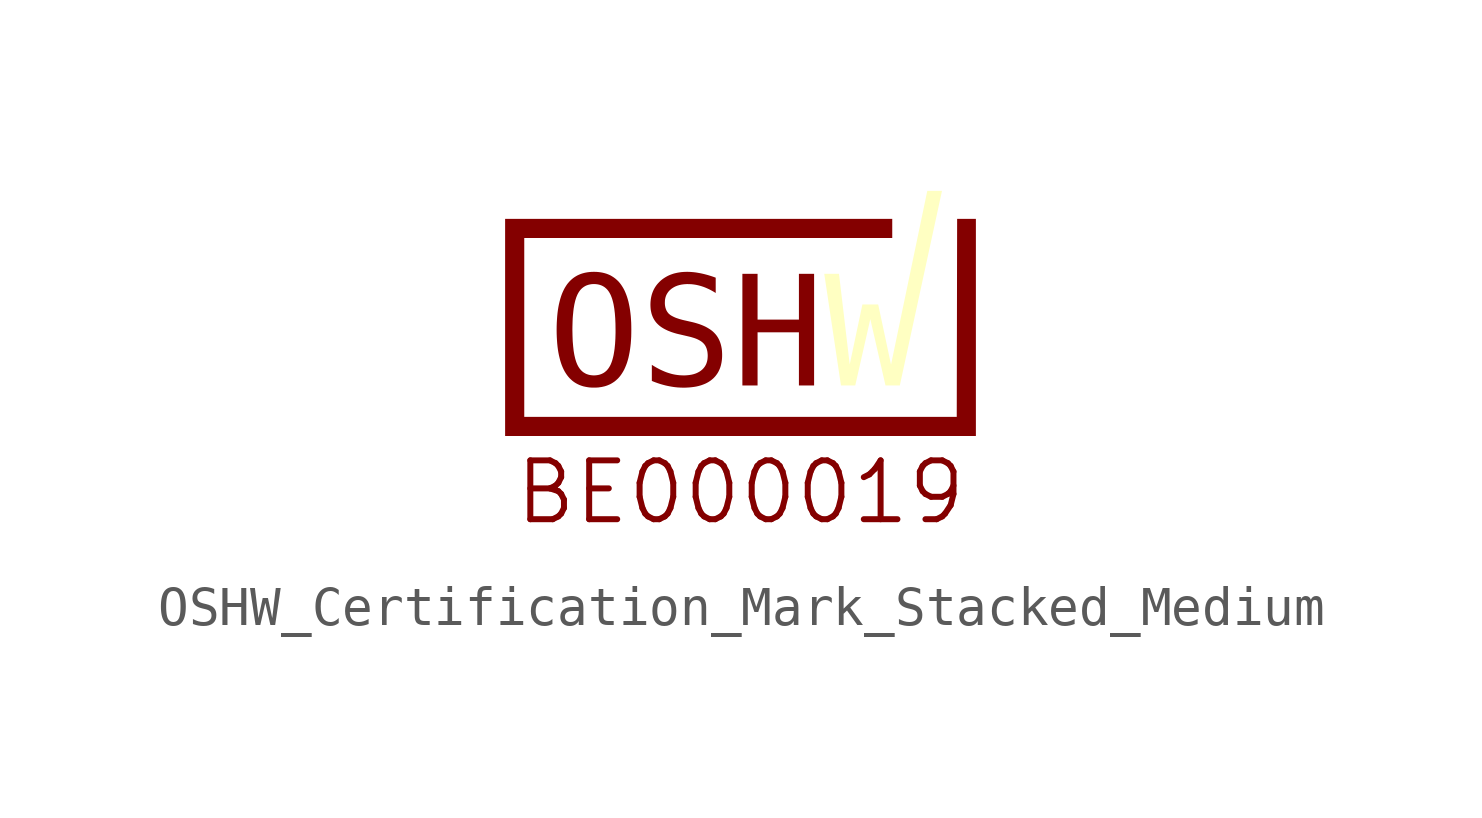
<source format=kicad_sym>
(kicad_symbol_lib
  (version 20231120)
  (generator "kicad_symbol_editor")
  (generator_version "8.0")
  (symbol "OSHW_Certification_Mark_Stacked_Medium"
    (property "Reference" "LOGO"
      (at 0 0 0)
      (effects (font (size 1.27 1.27)) (hide yes)))
    (symbol "OSHW_Certification_Mark_Stacked_Medium_0_1"
      (polyline (pts (xy -2.783 -0.429) (xy -2.783 -0.429) (xy -2.783 -0.429)) (stroke (width -0.0001) (type default)) (fill (type outline)))
      (polyline (pts (xy 6 -3.137) (xy -6 -3.137) (xy -6 2.398) (xy -6 2.398) (xy 3.868 2.398) (xy 3.868 1.91) (xy -5.512 1.91) (xy -5.512 -2.649) (xy 5.512 -2.649) (xy 5.522 2.398) (xy 6 2.398)) (stroke (width -0.0001) (type default)) (fill (type outline)))
      (polyline (pts (xy 0.435 -0.17) (xy 1.489 -0.17) (xy 1.489 0.997) (xy 1.876 0.997) (xy 1.876 -1.849) (xy 1.489 -1.849) (xy 1.489 -0.494) (xy 0.435 -0.494) (xy 0.435 -1.849) (xy 0.048 -1.849) (xy 0.048 0.997) (xy 0.435 0.997)) (stroke (width -0.0001) (type default)) (fill (type outline)))
      (polyline (pts (xy -3.676 1.047) (xy -3.619 1.042) (xy -3.563 1.035) (xy -3.51 1.025) (xy -3.458 1.012) (xy -3.409 0.997) (xy -3.361 0.978) (xy -3.315 0.957) (xy -3.272 0.932) (xy -3.23 0.905) (xy -3.19 0.875) (xy -3.152 0.842) (xy -3.115 0.807) (xy -3.081 0.768) (xy -3.049 0.727) (xy -3.019 0.682) (xy -2.99 0.635) (xy -2.963 0.585) (xy -2.939 0.532) (xy -2.916 0.476) (xy -2.894 0.416) (xy -2.875 0.354) (xy -2.857 0.289) (xy -2.842 0.222) (xy -2.828 0.151) (xy -2.816 0.077) (xy -2.806 -0.0002) (xy -2.797 -0.08) (xy -2.791 -0.163) (xy -2.786 -0.249) (xy -2.784 -0.337) (xy -2.783 -0.429) (xy -2.784 -0.52) (xy -2.786 -0.609) (xy -2.791 -0.694) (xy -2.797 -0.777) (xy -2.806 -0.857) (xy -2.816 -0.933) (xy -2.828 -1.007) (xy -2.842 -1.078) (xy -2.857 -1.146) (xy -2.875 -1.211) (xy -2.894 -1.273) (xy -2.916 -1.332) (xy -2.939 -1.388) (xy -2.963 -1.441) (xy -2.99 -1.491) (xy -3.019 -1.538) (xy -3.034 -1.561) (xy -3.049 -1.583) (xy -3.065 -1.604) (xy -3.081 -1.624) (xy -3.098 -1.644) (xy -3.115 -1.663) (xy -3.133 -1.681) (xy -3.152 -1.698) (xy -3.17 -1.715) (xy -3.19 -1.731) (xy -3.209 -1.747) (xy -3.23 -1.761) (xy -3.25 -1.775) (xy -3.272 -1.788) (xy -3.293 -1.801) (xy -3.315 -1.813) (xy -3.338 -1.824) (xy -3.361 -1.834) (xy -3.385 -1.844) (xy -3.409 -1.853) (xy -3.433 -1.861) (xy -3.458 -1.869) (xy -3.484 -1.875) (xy -3.51 -1.881) (xy -3.536 -1.887) (xy -3.563 -1.891) (xy -3.619 -1.899) (xy -3.676 -1.903) (xy -3.736 -1.904) (xy -3.795 -1.903) (xy -3.852 -1.899) (xy -3.908 -1.891) (xy -3.961 -1.881) (xy -4.013 -1.869) (xy -4.062 -1.853) (xy -4.11 -1.835) (xy -4.156 -1.813) (xy -4.2 -1.789) (xy -4.242 -1.762) (xy -4.282 -1.732) (xy -4.319 -1.699) (xy -4.356 -1.664) (xy -4.39 -1.625) (xy -4.422 -1.584) (xy -4.452 -1.54) (xy -4.481 -1.493) (xy -4.507 -1.443) (xy -4.532 -1.39) (xy -4.555 -1.334) (xy -4.576 -1.275) (xy -4.595 -1.213) (xy -4.612 -1.148) (xy -4.628 -1.08) (xy -4.642 -1.009) (xy -4.654 -0.935) (xy -4.664 -0.859) (xy -4.672 -0.779) (xy -4.678 -0.696) (xy -4.683 -0.61) (xy -4.686 -0.521) (xy -4.687 -0.429) (xy -4.285 -0.429) (xy -4.282 -0.58) (xy -4.277 -0.719) (xy -4.266 -0.848) (xy -4.253 -0.965) (xy -4.244 -1.02) (xy -4.235 -1.071) (xy -4.224 -1.12) (xy -4.213 -1.166) (xy -4.2 -1.21) (xy -4.187 -1.25) (xy -4.172 -1.288) (xy -4.157 -1.323) (xy -4.14 -1.355) (xy -4.131 -1.371) (xy -4.122 -1.386) (xy -4.112 -1.4) (xy -4.103 -1.414) (xy -4.092 -1.428) (xy -4.082 -1.44) (xy -4.071 -1.453) (xy -4.06 -1.465) (xy -4.048 -1.476) (xy -4.037 -1.487) (xy -4.025 -1.497) (xy -4.012 -1.507) (xy -4 -1.516) (xy -3.987 -1.524) (xy -3.973 -1.532) (xy -3.96 -1.54) (xy -3.946 -1.547) (xy -3.932 -1.554) (xy -3.917 -1.56) (xy -3.902 -1.565) (xy -3.887 -1.57) (xy -3.871 -1.575) (xy -3.855 -1.579) (xy -3.839 -1.582) (xy -3.823 -1.585) (xy -3.806 -1.587) (xy -3.789 -1.589) (xy -3.771 -1.591) (xy -3.736 -1.592) (xy -3.7 -1.591) (xy -3.665 -1.587) (xy -3.631 -1.582) (xy -3.599 -1.575) (xy -3.568 -1.565) (xy -3.539 -1.554) (xy -3.51 -1.54) (xy -3.483 -1.525) (xy -3.458 -1.507) (xy -3.433 -1.487) (xy -3.41 -1.466) (xy -3.389 -1.442) (xy -3.368 -1.415) (xy -3.349 -1.387) (xy -3.331 -1.357) (xy -3.314 -1.325) (xy -3.299 -1.29) (xy -3.284 -1.252) (xy -3.27 -1.211) (xy -3.258 -1.168) (xy -3.246 -1.122) (xy -3.235 -1.073) (xy -3.226 -1.021) (xy -3.217 -0.966) (xy -3.209 -0.909) (xy -3.203 -0.849) (xy -3.197 -0.786) (xy -3.193 -0.72) (xy -3.189 -0.651) (xy -3.187 -0.58) (xy -3.185 -0.506) (xy -3.185 -0.429) (xy -3.187 -0.278) (xy -3.193 -0.138) (xy -3.203 -0.009) (xy -3.217 0.109) (xy -3.226 0.163) (xy -3.235 0.215) (xy -3.246 0.264) (xy -3.258 0.31) (xy -3.27 0.353) (xy -3.284 0.394) (xy -3.299 0.432) (xy -3.314 0.467) (xy -3.331 0.499) (xy -3.34 0.515) (xy -3.349 0.53) (xy -3.358 0.544) (xy -3.368 0.558) (xy -3.378 0.572) (xy -3.389 0.585) (xy -3.399 0.597) (xy -3.41 0.609) (xy -3.422 0.62) (xy -3.433 0.631) (xy -3.446 0.641) (xy -3.458 0.651) (xy -3.47 0.66) (xy -3.483 0.668) (xy -3.497 0.677) (xy -3.51 0.684) (xy -3.524 0.691) (xy -3.539 0.698) (xy -3.553 0.704) (xy -3.568 0.709) (xy -3.584 0.714) (xy -3.599 0.719) (xy -3.615 0.723) (xy -3.631 0.726) (xy -3.648 0.729) (xy -3.665 0.732) (xy -3.682 0.733) (xy -3.7 0.735) (xy -3.736 0.736) (xy -3.771 0.735) (xy -3.806 0.732) (xy -3.839 0.726) (xy -3.871 0.719) (xy -3.902 0.709) (xy -3.932 0.698) (xy -3.96 0.684) (xy -3.987 0.668) (xy -4.012 0.651) (xy -4.037 0.631) (xy -4.06 0.609) (xy -4.082 0.585) (xy -4.103 0.558) (xy -4.122 0.53) (xy -4.14 0.499) (xy -4.157 0.467) (xy -4.172 0.432) (xy -4.187 0.394) (xy -4.2 0.353) (xy -4.213 0.31) (xy -4.224 0.264) (xy -4.235 0.215) (xy -4.244 0.163) (xy -4.253 0.109) (xy -4.26 0.051) (xy -4.266 -0.009) (xy -4.272 -0.072) (xy -4.277 -0.138) (xy -4.28 -0.206) (xy -4.282 -0.278) (xy -4.284 -0.352) (xy -4.285 -0.429) (xy -4.687 -0.429) (xy -4.686 -0.337) (xy -4.683 -0.249) (xy -4.678 -0.163) (xy -4.672 -0.08) (xy -4.664 -0.0002) (xy -4.654 0.077) (xy -4.642 0.151) (xy -4.628 0.222) (xy -4.612 0.289) (xy -4.595 0.354) (xy -4.576 0.416) (xy -4.555 0.476) (xy -4.532 0.532) (xy -4.507 0.585) (xy -4.481 0.635) (xy -4.452 0.682) (xy -4.437 0.705) (xy -4.422 0.727) (xy -4.406 0.748) (xy -4.389 0.768) (xy -4.372 0.788) (xy -4.355 0.807) (xy -4.337 0.825) (xy -4.319 0.842) (xy -4.3 0.859) (xy -4.281 0.875) (xy -4.261 0.891) (xy -4.241 0.905) (xy -4.22 0.919) (xy -4.199 0.932) (xy -4.177 0.945) (xy -4.155 0.957) (xy -4.132 0.968) (xy -4.109 0.978) (xy -4.086 0.988) (xy -4.061 0.997) (xy -4.037 1.005) (xy -4.012 1.012) (xy -3.986 1.019) (xy -3.961 1.025) (xy -3.907 1.035) (xy -3.852 1.042) (xy -3.795 1.047) (xy -3.736 1.048)) (stroke (width -0.0001) (type default)) (fill (type outline)))
      (polyline (pts (xy -1.317 1.047) (xy -1.275 1.045) (xy -1.233 1.042) (xy -1.19 1.038) (xy -1.147 1.033) (xy -1.103 1.026) (xy -1.058 1.018) (xy -1.013 1.01) (xy -0.968 1) (xy -0.921 0.989) (xy -0.875 0.977) (xy -0.827 0.964) (xy -0.779 0.949) (xy -0.731 0.934) (xy -0.682 0.917) (xy -0.632 0.899) (xy -0.632 0.508) (xy -0.676 0.536) (xy -0.72 0.561) (xy -0.764 0.585) (xy -0.808 0.607) (xy -0.852 0.627) (xy -0.896 0.646) (xy -0.94 0.663) (xy -0.985 0.678) (xy -1.028 0.691) (xy -1.073 0.703) (xy -1.117 0.713) (xy -1.161 0.721) (xy -1.205 0.727) (xy -1.25 0.732) (xy -1.294 0.734) (xy -1.339 0.735) (xy -1.373 0.735) (xy -1.405 0.733) (xy -1.437 0.731) (xy -1.468 0.727) (xy -1.498 0.723) (xy -1.528 0.717) (xy -1.556 0.711) (xy -1.583 0.703) (xy -1.61 0.695) (xy -1.635 0.685) (xy -1.66 0.675) (xy -1.684 0.663) (xy -1.706 0.651) (xy -1.728 0.637) (xy -1.75 0.623) (xy -1.77 0.607) (xy -1.789 0.591) (xy -1.807 0.575) (xy -1.824 0.557) (xy -1.839 0.539) (xy -1.853 0.52) (xy -1.866 0.5) (xy -1.878 0.48) (xy -1.889 0.459) (xy -1.898 0.438) (xy -1.906 0.415) (xy -1.913 0.392) (xy -1.918 0.368) (xy -1.923 0.344) (xy -1.926 0.319) (xy -1.927 0.293) (xy -1.928 0.266) (xy -1.928 0.243) (xy -1.927 0.221) (xy -1.925 0.199) (xy -1.922 0.177) (xy -1.918 0.157) (xy -1.914 0.137) (xy -1.908 0.118) (xy -1.902 0.1) (xy -1.895 0.082) (xy -1.888 0.065) (xy -1.879 0.049) (xy -1.87 0.034) (xy -1.86 0.019) (xy -1.849 0.005) (xy -1.838 -0.009) (xy -1.825 -0.022) (xy -1.811 -0.034) (xy -1.796 -0.046) (xy -1.78 -0.058) (xy -1.762 -0.069) (xy -1.742 -0.08) (xy -1.721 -0.091) (xy -1.699 -0.102) (xy -1.675 -0.113) (xy -1.651 -0.123) (xy -1.624 -0.133) (xy -1.596 -0.142) (xy -1.567 -0.152) (xy -1.536 -0.161) (xy -1.504 -0.17) (xy -1.471 -0.179) (xy -1.436 -0.187) (xy -1.234 -0.233) (xy -1.185 -0.245) (xy -1.138 -0.258) (xy -1.092 -0.272) (xy -1.048 -0.286) (xy -1.005 -0.302) (xy -0.965 -0.318) (xy -0.926 -0.335) (xy -0.888 -0.353) (xy -0.853 -0.372) (xy -0.819 -0.392) (xy -0.787 -0.412) (xy -0.756 -0.433) (xy -0.727 -0.455) (xy -0.7 -0.478) (xy -0.675 -0.502) (xy -0.651 -0.527) (xy -0.629 -0.552) (xy -0.608 -0.579) (xy -0.589 -0.607) (xy -0.571 -0.636) (xy -0.555 -0.666) (xy -0.54 -0.697) (xy -0.526 -0.73) (xy -0.514 -0.763) (xy -0.503 -0.798) (xy -0.494 -0.833) (xy -0.486 -0.87) (xy -0.479 -0.908) (xy -0.474 -0.948) (xy -0.471 -0.988) (xy -0.469 -1.029) (xy -0.468 -1.072) (xy -0.469 -1.122) (xy -0.472 -1.17) (xy -0.477 -1.217) (xy -0.484 -1.263) (xy -0.493 -1.307) (xy -0.503 -1.349) (xy -0.516 -1.39) (xy -0.531 -1.43) (xy -0.548 -1.468) (xy -0.566 -1.504) (xy -0.587 -1.539) (xy -0.61 -1.572) (xy -0.634 -1.604) (xy -0.661 -1.635) (xy -0.689 -1.664) (xy -0.72 -1.691) (xy -0.752 -1.717) (xy -0.786 -1.741) (xy -0.822 -1.764) (xy -0.86 -1.785) (xy -0.899 -1.804) (xy -0.941 -1.821) (xy -0.984 -1.837) (xy -1.028 -1.851) (xy -1.075 -1.864) (xy -1.123 -1.875) (xy -1.174 -1.884) (xy -1.226 -1.891) (xy -1.28 -1.897) (xy -1.335 -1.901) (xy -1.392 -1.904) (xy -1.452 -1.905) (xy -1.502 -1.904) (xy -1.552 -1.902) (xy -1.602 -1.899) (xy -1.652 -1.894) (xy -1.702 -1.888) (xy -1.753 -1.88) (xy -1.803 -1.871) (xy -1.854 -1.861) (xy -1.904 -1.85) (xy -1.955 -1.837) (xy -2.006 -1.823) (xy -2.056 -1.808) (xy -2.107 -1.791) (xy -2.158 -1.773) (xy -2.209 -1.754) (xy -2.26 -1.733) (xy -2.26 -1.323) (xy -2.205 -1.357) (xy -2.152 -1.388) (xy -2.099 -1.417) (xy -2.047 -1.444) (xy -1.995 -1.468) (xy -1.945 -1.49) (xy -1.895 -1.51) (xy -1.846 -1.527) (xy -1.797 -1.542) (xy -1.748 -1.556) (xy -1.699 -1.567) (xy -1.649 -1.576) (xy -1.6 -1.583) (xy -1.551 -1.588) (xy -1.501 -1.591) (xy -1.452 -1.592) (xy -1.416 -1.592) (xy -1.381 -1.59) (xy -1.347 -1.587) (xy -1.314 -1.584) (xy -1.282 -1.579) (xy -1.251 -1.574) (xy -1.221 -1.567) (xy -1.192 -1.56) (xy -1.165 -1.551) (xy -1.138 -1.542) (xy -1.112 -1.531) (xy -1.087 -1.519) (xy -1.063 -1.506) (xy -1.04 -1.493) (xy -1.019 -1.478) (xy -0.998 -1.462) (xy -0.978 -1.446) (xy -0.96 -1.428) (xy -0.943 -1.41) (xy -0.927 -1.39) (xy -0.912 -1.37) (xy -0.899 -1.349) (xy -0.887 -1.328) (xy -0.876 -1.305) (xy -0.867 -1.282) (xy -0.859 -1.258) (xy -0.852 -1.233) (xy -0.846 -1.207) (xy -0.842 -1.181) (xy -0.839 -1.153) (xy -0.837 -1.125) (xy -0.836 -1.097) (xy -0.836 -1.07) (xy -0.838 -1.045) (xy -0.84 -1.02) (xy -0.843 -0.996) (xy -0.847 -0.973) (xy -0.852 -0.951) (xy -0.858 -0.929) (xy -0.864 -0.908) (xy -0.872 -0.888) (xy -0.88 -0.869) (xy -0.889 -0.851) (xy -0.899 -0.833) (xy -0.91 -0.816) (xy -0.922 -0.8) (xy -0.935 -0.785) (xy -0.948 -0.771) (xy -0.963 -0.757) (xy -0.979 -0.743) (xy -0.996 -0.73) (xy -1.014 -0.718) (xy -1.034 -0.705) (xy -1.055 -0.694) (xy -1.077 -0.682) (xy -1.1 -0.671) (xy -1.125 -0.66) (xy -1.151 -0.65) (xy -1.179 -0.64) (xy -1.208 -0.631) (xy -1.238 -0.622) (xy -1.269 -0.613) (xy -1.301 -0.605) (xy -1.335 -0.597) (xy -1.541 -0.549) (xy -1.59 -0.538) (xy -1.637 -0.526) (xy -1.682 -0.513) (xy -1.726 -0.499) (xy -1.768 -0.485) (xy -1.808 -0.469) (xy -1.847 -0.454) (xy -1.883 -0.437) (xy -1.918 -0.42) (xy -1.952 -0.402) (xy -1.984 -0.383) (xy -2.014 -0.364) (xy -2.042 -0.344) (xy -2.069 -0.323) (xy -2.094 -0.301) (xy -2.117 -0.279) (xy -2.139 -0.256) (xy -2.159 -0.232) (xy -2.178 -0.207) (xy -2.195 -0.181) (xy -2.211 -0.154) (xy -2.226 -0.126) (xy -2.239 -0.097) (xy -2.251 -0.067) (xy -2.262 -0.036) (xy -2.271 -0.004) (xy -2.278 0.029) (xy -2.285 0.062) (xy -2.29 0.097) (xy -2.293 0.133) (xy -2.295 0.17) (xy -2.296 0.207) (xy -2.295 0.254) (xy -2.292 0.3) (xy -2.287 0.345) (xy -2.28 0.388) (xy -2.271 0.43) (xy -2.26 0.472) (xy -2.247 0.511) (xy -2.232 0.55) (xy -2.215 0.588) (xy -2.196 0.624) (xy -2.175 0.659) (xy -2.152 0.693) (xy -2.127 0.726) (xy -2.1 0.757) (xy -2.071 0.788) (xy -2.041 0.817) (xy -2.008 0.845) (xy -1.974 0.871) (xy -1.938 0.895) (xy -1.901 0.918) (xy -1.863 0.939) (xy -1.824 0.958) (xy -1.783 0.975) (xy -1.741 0.99) (xy -1.698 1.004) (xy -1.653 1.015) (xy -1.607 1.025) (xy -1.56 1.033) (xy -1.512 1.04) (xy -1.462 1.044) (xy -1.411 1.047) (xy -1.358 1.048)) (stroke (width -0.0001) (type default)) (fill (type outline))))
    (symbol "OSHW_Certification_Mark_Stacked_Medium_1_1"
      (polyline (pts (xy 4.061 -1.849) (xy 3.696 -1.849) (xy 3.309 -0.158) (xy 2.925 -1.849) (xy 2.561 -1.849) (xy 2.135 0.997) (xy 2.511 0.997) (xy 2.784 -1.313) (xy 3.107 0.215) (xy 3.51 0.215) (xy 3.837 -1.317) (xy 4.761 3.111) (xy 5.136 3.111)) (stroke (width -0.0001) (type default)) (fill (type background)))
      (text "BE000019" (at 0 -4.572 0) (effects (font (size 1.5 1.5)))))))
</source>
